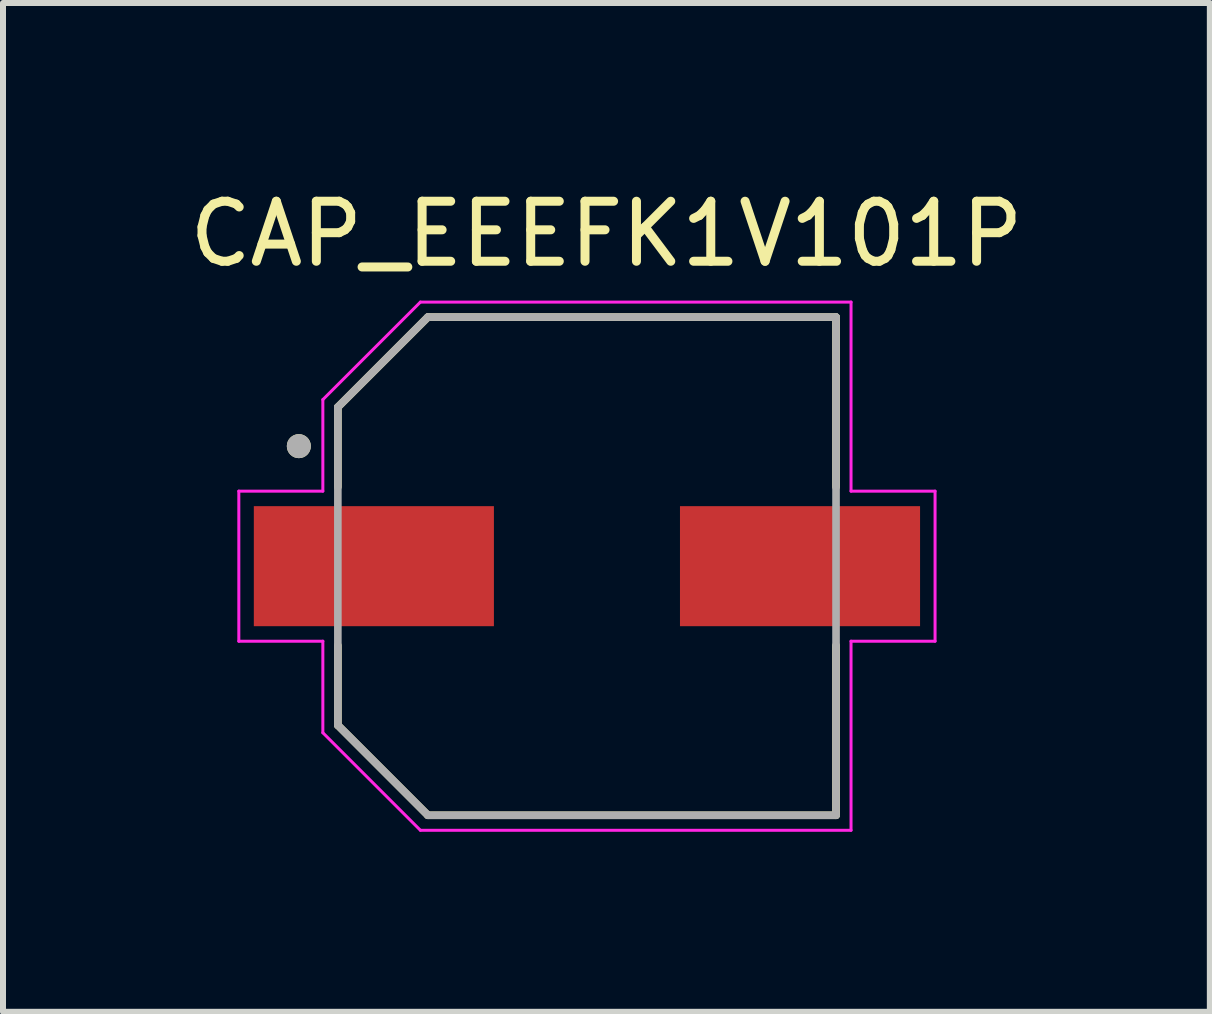
<source format=kicad_pcb>
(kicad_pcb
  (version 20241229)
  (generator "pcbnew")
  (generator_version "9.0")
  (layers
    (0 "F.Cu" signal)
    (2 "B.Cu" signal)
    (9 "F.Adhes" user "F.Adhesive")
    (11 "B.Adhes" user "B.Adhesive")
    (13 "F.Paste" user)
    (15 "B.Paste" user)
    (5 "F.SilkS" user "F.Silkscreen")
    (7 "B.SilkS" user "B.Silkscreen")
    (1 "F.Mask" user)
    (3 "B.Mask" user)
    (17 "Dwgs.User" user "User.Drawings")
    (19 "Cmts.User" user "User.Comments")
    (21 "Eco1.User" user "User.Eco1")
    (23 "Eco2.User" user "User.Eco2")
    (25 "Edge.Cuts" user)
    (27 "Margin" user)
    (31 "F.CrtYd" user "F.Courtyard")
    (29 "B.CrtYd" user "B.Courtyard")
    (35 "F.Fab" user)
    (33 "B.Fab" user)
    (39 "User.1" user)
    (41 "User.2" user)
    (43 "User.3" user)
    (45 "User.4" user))
  (footprint "CAP_EEEFK1V101P"
    (layer "F.Cu")
    (at 6.729 6.383)
    (property "Reference" "CAP_EEEFK1V101P" (at 0.325 -5.535 0) (layer "F.SilkS") (effects (font (size 1 1) (thickness 0.15))))
    (attr smd)
    (fp_line (start -4.15 -2.65) (end -4.15 -1.32) (stroke (width 0.127) (type solid)) (layer "F.SilkS"))
    (fp_line (start -4.15 1.32) (end -4.15 2.65) (stroke (width 0.127) (type solid)) (layer "F.SilkS"))
    (fp_line (start -4.15 2.65) (end -2.65 4.15) (stroke (width 0.127) (type solid)) (layer "F.SilkS"))
    (fp_line (start -2.65 -4.15) (end -4.15 -2.65) (stroke (width 0.127) (type solid)) (layer "F.SilkS"))
    (fp_line (start -2.65 4.15) (end 4.15 4.15) (stroke (width 0.127) (type solid)) (layer "F.SilkS"))
    (fp_line (start 4.15 -4.15) (end -2.65 -4.15) (stroke (width 0.127) (type solid)) (layer "F.SilkS"))
    (fp_line (start 4.15 -1.32) (end 4.15 -4.15) (stroke (width 0.127) (type solid)) (layer "F.SilkS"))
    (fp_line (start 4.15 4.15) (end 4.15 1.32) (stroke (width 0.127) (type solid)) (layer "F.SilkS"))
    (fp_circle (center -4.8 -2) (end -4.7 -2) (stroke (width 0.2) (type solid)) (fill no) (layer "F.SilkS"))
    (fp_line (start -5.8 -1.25) (end -4.4 -1.25) (stroke (width 0.05) (type solid)) (layer "F.CrtYd"))
    (fp_line (start -5.8 1.25) (end -5.8 -1.25) (stroke (width 0.05) (type solid)) (layer "F.CrtYd"))
    (fp_line (start -4.4 -2.775) (end -2.775 -4.4) (stroke (width 0.05) (type solid)) (layer "F.CrtYd"))
    (fp_line (start -4.4 -1.25) (end -4.4 -2.775) (stroke (width 0.05) (type solid)) (layer "F.CrtYd"))
    (fp_line (start -4.4 1.25) (end -5.8 1.25) (stroke (width 0.05) (type solid)) (layer "F.CrtYd"))
    (fp_line (start -4.4 2.775) (end -4.4 1.25) (stroke (width 0.05) (type solid)) (layer "F.CrtYd"))
    (fp_line (start -2.775 -4.4) (end 4.4 -4.4) (stroke (width 0.05) (type solid)) (layer "F.CrtYd"))
    (fp_line (start -2.775 4.4) (end -4.4 2.775) (stroke (width 0.05) (type solid)) (layer "F.CrtYd"))
    (fp_line (start 4.4 -4.4) (end 4.4 -1.25) (stroke (width 0.05) (type solid)) (layer "F.CrtYd"))
    (fp_line (start 4.4 -1.25) (end 5.8 -1.25) (stroke (width 0.05) (type solid)) (layer "F.CrtYd"))
    (fp_line (start 4.4 1.25) (end 4.4 4.4) (stroke (width 0.05) (type solid)) (layer "F.CrtYd"))
    (fp_line (start 4.4 4.4) (end -2.775 4.4) (stroke (width 0.05) (type solid)) (layer "F.CrtYd"))
    (fp_line (start 5.8 -1.25) (end 5.8 1.25) (stroke (width 0.05) (type solid)) (layer "F.CrtYd"))
    (fp_line (start 5.8 1.25) (end 4.4 1.25) (stroke (width 0.05) (type solid)) (layer "F.CrtYd"))
    (fp_line (start -4.15 -2.65) (end -4.15 2.65) (stroke (width 0.127) (type solid)) (layer "F.Fab"))
    (fp_line (start -4.15 2.65) (end -2.65 4.15) (stroke (width 0.127) (type solid)) (layer "F.Fab"))
    (fp_line (start -2.65 -4.15) (end -4.15 -2.65) (stroke (width 0.127) (type solid)) (layer "F.Fab"))
    (fp_line (start -2.65 4.15) (end 4.15 4.15) (stroke (width 0.127) (type solid)) (layer "F.Fab"))
    (fp_line (start 4.15 -4.15) (end -2.65 -4.15) (stroke (width 0.127) (type solid)) (layer "F.Fab"))
    (fp_line (start 4.15 4.15) (end 4.15 -4.15) (stroke (width 0.127) (type solid)) (layer "F.Fab"))
    (fp_circle (center -4.8 -2) (end -4.7 -2) (stroke (width 0.2) (type solid)) (fill no) (layer "F.Fab"))
    (pad "1" smd rect (at -3.55 0) (size 4 2) (layers "F.Cu" "F.Mask" "F.Paste"))
    (pad "2" smd rect (at 3.55 0) (size 4 2) (layers "F.Cu" "F.Mask" "F.Paste")))
  (gr_rect
    (start -3 -3)
    (end 17.107 13.808)
    (stroke (width 0.1) (type default))
    (fill no)
    (layer "Edge.Cuts")))
</source>
